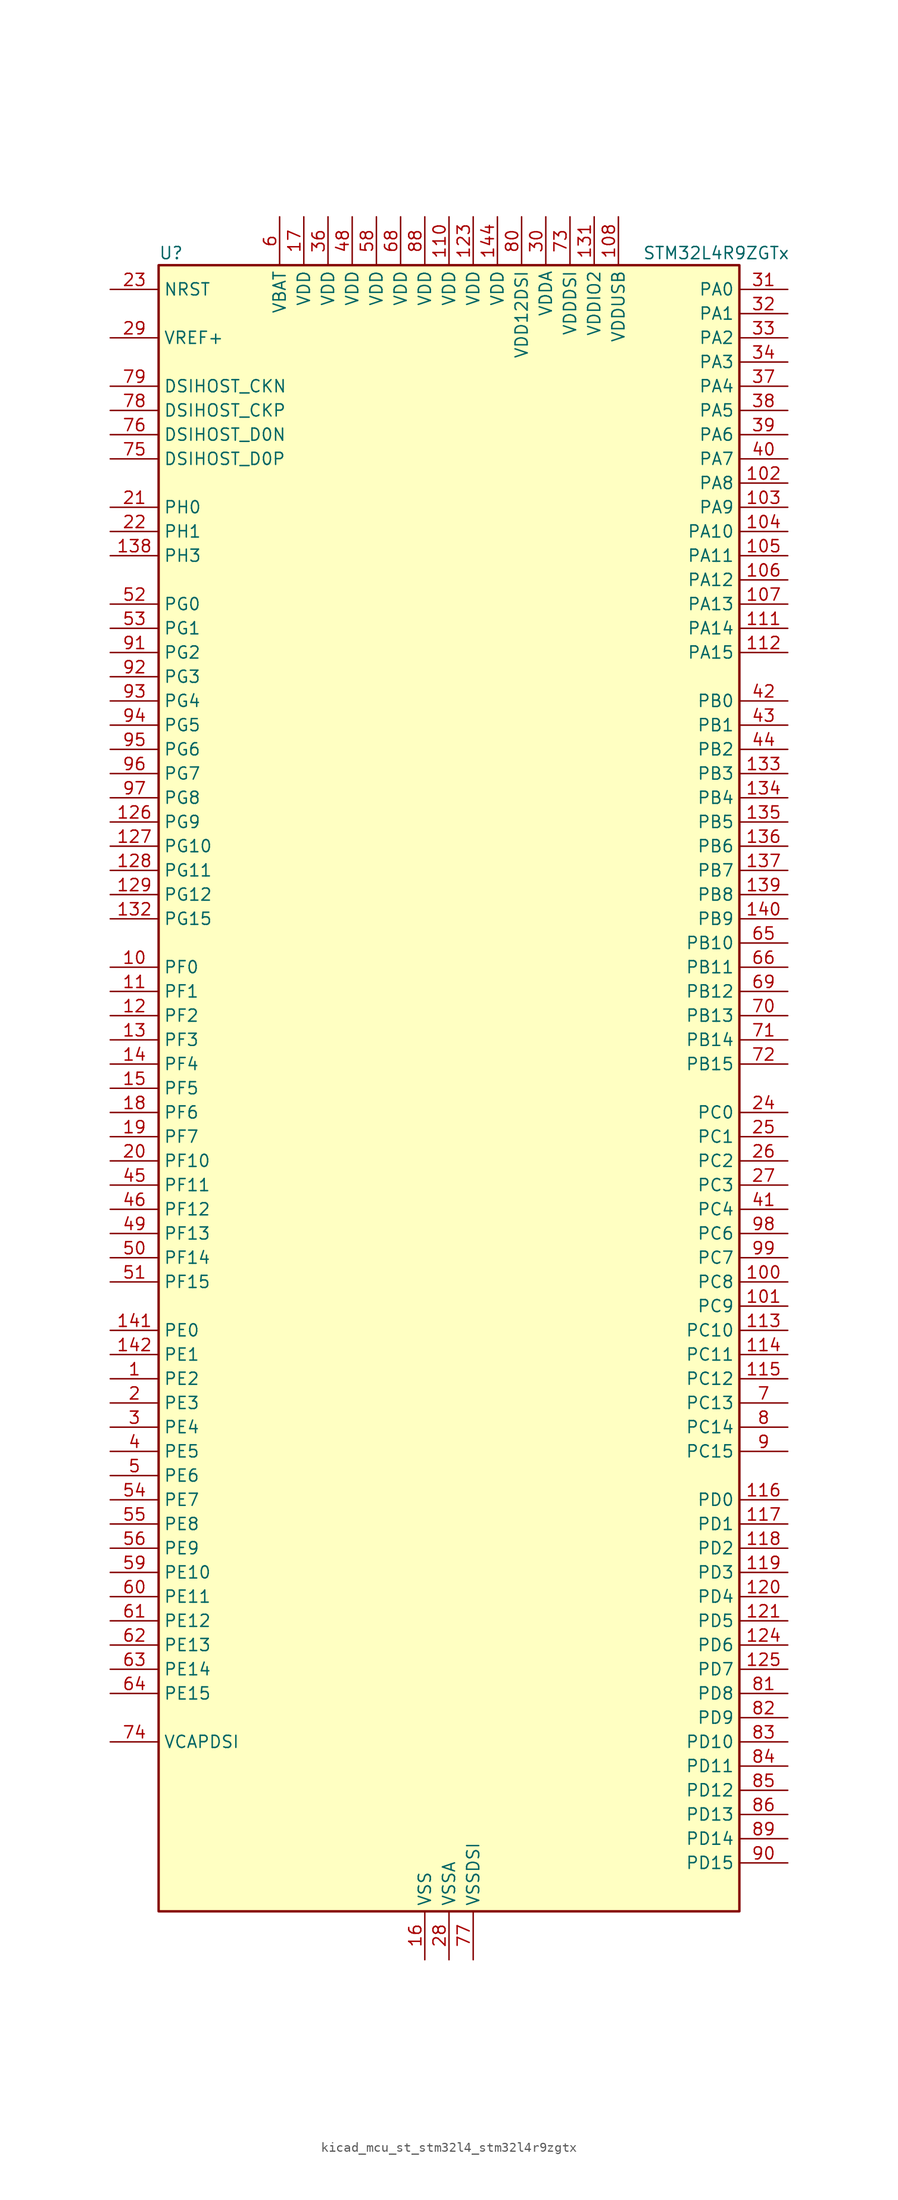
<source format=kicad_sym>
(kicad_symbol_lib
  (version 20220914)
  (generator kicad_symbol_editor)
  (symbol "kicad_mcu_st_stm32l4_stm32l4r9zgtx"
    (property "Reference" "U"
      (at -30.48 87.63 0)
      (effects (font (size 1.27 1.27)) (justify left)))
    (property "Value" "STM32L4R9ZGTx"
      (at 20.32 87.63 0)
      (effects (font (size 1.27 1.27)) (justify left)))
    (property "ki_locked" ""
      (at 0 0 0)
      (effects (font (size 1.27 1.27))))
    (symbol "kicad_mcu_st_stm32l4_stm32l4r9zgtx_0_1"
      (rectangle (start -30.48 -86.36) (end 30.48 86.36) (stroke (width 0.254) (type default)) (fill (type background))))
    (symbol "kicad_mcu_st_stm32l4_stm32l4r9zgtx_1_1"
      (pin bidirectional line (at -35.56 -30.48 0) (length 5.08) (name "PE2" (effects (font (size 1.27 1.27)))) (number "1" (effects (font (size 1.27 1.27)))) (alternate "FMC_A23" bidirectional line) (alternate "LTDC_R0" bidirectional line) (alternate "SAI1_CK1" bidirectional line) (alternate "SAI1_MCLK_A" bidirectional line) (alternate "SYS_TRACECLK" bidirectional line) (alternate "TIM3_ETR" bidirectional line) (alternate "TSC_G7_IO1" bidirectional line))
      (pin bidirectional line (at -35.56 12.7 0) (length 5.08) (name "PF0" (effects (font (size 1.27 1.27)))) (number "10" (effects (font (size 1.27 1.27)))) (alternate "FMC_A0" bidirectional line) (alternate "I2C2_SDA" bidirectional line) (alternate "OCTOSPIM_P2_IO0" bidirectional line))
      (pin bidirectional line (at 35.56 -20.32 180) (length 5.08) (name "PC8" (effects (font (size 1.27 1.27)))) (number "100" (effects (font (size 1.27 1.27)))) (alternate "DCMI_D2" bidirectional line) (alternate "SDMMC1_D0" bidirectional line) (alternate "TIM3_CH3" bidirectional line) (alternate "TIM8_CH3" bidirectional line) (alternate "TSC_G4_IO3" bidirectional line))
      (pin bidirectional line (at 35.56 -22.86 180) (length 5.08) (name "PC9" (effects (font (size 1.27 1.27)))) (number "101" (effects (font (size 1.27 1.27)))) (alternate "DAC1_EXTI9" bidirectional line) (alternate "DCMI_D3" bidirectional line) (alternate "I2C3_SDA" bidirectional line) (alternate "SAI2_EXTCLK" bidirectional line) (alternate "SDMMC1_D1" bidirectional line) (alternate "SYS_TRACED0" bidirectional line) (alternate "TIM3_CH4" bidirectional line) (alternate "TIM8_BKIN2" bidirectional line) (alternate "TIM8_CH4" bidirectional line) (alternate "TSC_G4_IO4" bidirectional line) (alternate "USB_OTG_FS_NOE" bidirectional line))
      (pin bidirectional line (at 35.56 63.5 180) (length 5.08) (name "PA8" (effects (font (size 1.27 1.27)))) (number "102" (effects (font (size 1.27 1.27)))) (alternate "LPTIM2_OUT" bidirectional line) (alternate "RCC_MCO" bidirectional line) (alternate "SAI1_CK2" bidirectional line) (alternate "SAI1_SCK_A" bidirectional line) (alternate "TIM1_CH1" bidirectional line) (alternate "USART1_CK" bidirectional line) (alternate "USB_OTG_FS_SOF" bidirectional line))
      (pin bidirectional line (at 35.56 60.96 180) (length 5.08) (name "PA9" (effects (font (size 1.27 1.27)))) (number "103" (effects (font (size 1.27 1.27)))) (alternate "DAC1_EXTI9" bidirectional line) (alternate "DCMI_D0" bidirectional line) (alternate "SAI1_FS_A" bidirectional line) (alternate "SPI2_SCK" bidirectional line) (alternate "TIM15_BKIN" bidirectional line) (alternate "TIM1_CH2" bidirectional line) (alternate "USART1_TX" bidirectional line) (alternate "USB_OTG_FS_VBUS" bidirectional line))
      (pin bidirectional line (at 35.56 58.42 180) (length 5.08) (name "PA10" (effects (font (size 1.27 1.27)))) (number "104" (effects (font (size 1.27 1.27)))) (alternate "DCMI_D1" bidirectional line) (alternate "SAI1_D1" bidirectional line) (alternate "SAI1_SD_A" bidirectional line) (alternate "TIM17_BKIN" bidirectional line) (alternate "TIM1_CH3" bidirectional line) (alternate "USART1_RX" bidirectional line) (alternate "USB_OTG_FS_ID" bidirectional line))
      (pin bidirectional line (at 35.56 55.88 180) (length 5.08) (name "PA11" (effects (font (size 1.27 1.27)))) (number "105" (effects (font (size 1.27 1.27)))) (alternate "ADC1_EXTI11" bidirectional line) (alternate "CAN1_RX" bidirectional line) (alternate "SPI1_MISO" bidirectional line) (alternate "TIM1_BKIN2" bidirectional line) (alternate "TIM1_CH4" bidirectional line) (alternate "USART1_CTS" bidirectional line) (alternate "USART1_NSS" bidirectional line) (alternate "USB_OTG_FS_DM" bidirectional line))
      (pin bidirectional line (at 35.56 53.34 180) (length 5.08) (name "PA12" (effects (font (size 1.27 1.27)))) (number "106" (effects (font (size 1.27 1.27)))) (alternate "CAN1_TX" bidirectional line) (alternate "SPI1_MOSI" bidirectional line) (alternate "TIM1_ETR" bidirectional line) (alternate "USART1_DE" bidirectional line) (alternate "USART1_RTS" bidirectional line) (alternate "USB_OTG_FS_DP" bidirectional line))
      (pin bidirectional line (at 35.56 50.8 180) (length 5.08) (name "PA13" (effects (font (size 1.27 1.27)))) (number "107" (effects (font (size 1.27 1.27)))) (alternate "IR_OUT" bidirectional line) (alternate "SAI1_SD_B" bidirectional line) (alternate "SYS_JTMS-SWDIO" bidirectional line) (alternate "USB_OTG_FS_NOE" bidirectional line))
      (pin power_in line (at 17.78 91.44 270) (length 5.08) (name "VDDUSB" (effects (font (size 1.27 1.27)))) (number "108" (effects (font (size 1.27 1.27)))))
      (pin passive line (at -2.54 -91.44 90) (length 5.08) hide (name "VSS" (effects (font (size 1.27 1.27)))) (number "109" (effects (font (size 1.27 1.27)))))
      (pin bidirectional line (at -35.56 10.16 0) (length 5.08) (name "PF1" (effects (font (size 1.27 1.27)))) (number "11" (effects (font (size 1.27 1.27)))) (alternate "FMC_A1" bidirectional line) (alternate "I2C2_SCL" bidirectional line) (alternate "OCTOSPIM_P2_IO1" bidirectional line))
      (pin power_in line (at 0 91.44 270) (length 5.08) (name "VDD" (effects (font (size 1.27 1.27)))) (number "110" (effects (font (size 1.27 1.27)))))
      (pin bidirectional line (at 35.56 48.26 180) (length 5.08) (name "PA14" (effects (font (size 1.27 1.27)))) (number "111" (effects (font (size 1.27 1.27)))) (alternate "I2C1_SMBA" bidirectional line) (alternate "I2C4_SMBA" bidirectional line) (alternate "LPTIM1_OUT" bidirectional line) (alternate "SAI1_FS_B" bidirectional line) (alternate "SYS_JTCK-SWCLK" bidirectional line) (alternate "USB_OTG_FS_SOF" bidirectional line))
      (pin bidirectional line (at 35.56 45.72 180) (length 5.08) (name "PA15" (effects (font (size 1.27 1.27)))) (number "112" (effects (font (size 1.27 1.27)))) (alternate "ADC1_EXTI15" bidirectional line) (alternate "SAI2_FS_B" bidirectional line) (alternate "SPI1_NSS" bidirectional line) (alternate "SPI3_NSS" bidirectional line) (alternate "SYS_JTDI" bidirectional line) (alternate "TIM2_CH1" bidirectional line) (alternate "TIM2_ETR" bidirectional line) (alternate "TSC_G3_IO1" bidirectional line) (alternate "UART4_DE" bidirectional line) (alternate "UART4_RTS" bidirectional line) (alternate "USART2_RX" bidirectional line) (alternate "USART3_DE" bidirectional line) (alternate "USART3_RTS" bidirectional line))
      (pin bidirectional line (at 35.56 -25.4 180) (length 5.08) (name "PC10" (effects (font (size 1.27 1.27)))) (number "113" (effects (font (size 1.27 1.27)))) (alternate "DCMI_D8" bidirectional line) (alternate "SAI2_SCK_B" bidirectional line) (alternate "SDMMC1_D2" bidirectional line) (alternate "SPI3_SCK" bidirectional line) (alternate "SYS_TRACED1" bidirectional line) (alternate "TSC_G3_IO2" bidirectional line) (alternate "UART4_TX" bidirectional line) (alternate "USART3_TX" bidirectional line))
      (pin bidirectional line (at 35.56 -27.94 180) (length 5.08) (name "PC11" (effects (font (size 1.27 1.27)))) (number "114" (effects (font (size 1.27 1.27)))) (alternate "ADC1_EXTI11" bidirectional line) (alternate "DCMI_D2" bidirectional line) (alternate "DCMI_D4" bidirectional line) (alternate "OCTOSPIM_P1_NCS" bidirectional line) (alternate "SAI2_MCLK_B" bidirectional line) (alternate "SDMMC1_D3" bidirectional line) (alternate "SPI3_MISO" bidirectional line) (alternate "TSC_G3_IO3" bidirectional line) (alternate "UART4_RX" bidirectional line) (alternate "USART3_RX" bidirectional line))
      (pin bidirectional line (at 35.56 -30.48 180) (length 5.08) (name "PC12" (effects (font (size 1.27 1.27)))) (number "115" (effects (font (size 1.27 1.27)))) (alternate "DCMI_D9" bidirectional line) (alternate "SAI2_SD_B" bidirectional line) (alternate "SDMMC1_CK" bidirectional line) (alternate "SPI3_MOSI" bidirectional line) (alternate "SYS_TRACED3" bidirectional line) (alternate "TSC_G3_IO4" bidirectional line) (alternate "UART5_TX" bidirectional line) (alternate "USART3_CK" bidirectional line))
      (pin bidirectional line (at 35.56 -43.18 180) (length 5.08) (name "PD0" (effects (font (size 1.27 1.27)))) (number "116" (effects (font (size 1.27 1.27)))) (alternate "CAN1_RX" bidirectional line) (alternate "DFSDM1_DATIN7" bidirectional line) (alternate "FMC_D2" bidirectional line) (alternate "FMC_DA2" bidirectional line) (alternate "LTDC_B4" bidirectional line) (alternate "SPI2_NSS" bidirectional line))
      (pin bidirectional line (at 35.56 -45.72 180) (length 5.08) (name "PD1" (effects (font (size 1.27 1.27)))) (number "117" (effects (font (size 1.27 1.27)))) (alternate "CAN1_TX" bidirectional line) (alternate "DFSDM1_CKIN7" bidirectional line) (alternate "FMC_D3" bidirectional line) (alternate "FMC_DA3" bidirectional line) (alternate "LTDC_B5" bidirectional line) (alternate "SPI2_SCK" bidirectional line))
      (pin bidirectional line (at 35.56 -48.26 180) (length 5.08) (name "PD2" (effects (font (size 1.27 1.27)))) (number "118" (effects (font (size 1.27 1.27)))) (alternate "DCMI_D11" bidirectional line) (alternate "SDMMC1_CMD" bidirectional line) (alternate "SYS_TRACED2" bidirectional line) (alternate "TIM3_ETR" bidirectional line) (alternate "TSC_SYNC" bidirectional line) (alternate "UART5_RX" bidirectional line) (alternate "USART3_DE" bidirectional line) (alternate "USART3_RTS" bidirectional line))
      (pin bidirectional line (at 35.56 -50.8 180) (length 5.08) (name "PD3" (effects (font (size 1.27 1.27)))) (number "119" (effects (font (size 1.27 1.27)))) (alternate "DCMI_D5" bidirectional line) (alternate "DFSDM1_DATIN0" bidirectional line) (alternate "FMC_CLK" bidirectional line) (alternate "LTDC_CLK" bidirectional line) (alternate "OCTOSPIM_P2_NCS" bidirectional line) (alternate "SPI2_MISO" bidirectional line) (alternate "SPI2_SCK" bidirectional line) (alternate "USART2_CTS" bidirectional line) (alternate "USART2_NSS" bidirectional line))
      (pin bidirectional line (at -35.56 7.62 0) (length 5.08) (name "PF2" (effects (font (size 1.27 1.27)))) (number "12" (effects (font (size 1.27 1.27)))) (alternate "FMC_A2" bidirectional line) (alternate "I2C2_SMBA" bidirectional line) (alternate "OCTOSPIM_P2_IO2" bidirectional line))
      (pin bidirectional line (at 35.56 -53.34 180) (length 5.08) (name "PD4" (effects (font (size 1.27 1.27)))) (number "120" (effects (font (size 1.27 1.27)))) (alternate "DFSDM1_CKIN0" bidirectional line) (alternate "FMC_NOE" bidirectional line) (alternate "OCTOSPIM_P1_IO4" bidirectional line) (alternate "SPI2_MOSI" bidirectional line) (alternate "USART2_DE" bidirectional line) (alternate "USART2_RTS" bidirectional line))
      (pin bidirectional line (at 35.56 -55.88 180) (length 5.08) (name "PD5" (effects (font (size 1.27 1.27)))) (number "121" (effects (font (size 1.27 1.27)))) (alternate "FMC_NWE" bidirectional line) (alternate "OCTOSPIM_P1_IO5" bidirectional line) (alternate "USART2_TX" bidirectional line))
      (pin passive line (at -2.54 -91.44 90) (length 5.08) hide (name "VSS" (effects (font (size 1.27 1.27)))) (number "122" (effects (font (size 1.27 1.27)))))
      (pin power_in line (at 2.54 91.44 270) (length 5.08) (name "VDD" (effects (font (size 1.27 1.27)))) (number "123" (effects (font (size 1.27 1.27)))))
      (pin bidirectional line (at 35.56 -58.42 180) (length 5.08) (name "PD6" (effects (font (size 1.27 1.27)))) (number "124" (effects (font (size 1.27 1.27)))) (alternate "DCMI_D10" bidirectional line) (alternate "DFSDM1_DATIN1" bidirectional line) (alternate "FMC_NWAIT" bidirectional line) (alternate "LTDC_DE" bidirectional line) (alternate "OCTOSPIM_P1_IO6" bidirectional line) (alternate "SAI1_D1" bidirectional line) (alternate "SAI1_SD_A" bidirectional line) (alternate "SPI3_MOSI" bidirectional line) (alternate "USART2_RX" bidirectional line))
      (pin bidirectional line (at 35.56 -60.96 180) (length 5.08) (name "PD7" (effects (font (size 1.27 1.27)))) (number "125" (effects (font (size 1.27 1.27)))) (alternate "DFSDM1_CKIN1" bidirectional line) (alternate "FMC_NCE" bidirectional line) (alternate "FMC_NE1" bidirectional line) (alternate "OCTOSPIM_P1_IO7" bidirectional line) (alternate "USART2_CK" bidirectional line))
      (pin bidirectional line (at -35.56 27.94 0) (length 5.08) (name "PG9" (effects (font (size 1.27 1.27)))) (number "126" (effects (font (size 1.27 1.27)))) (alternate "DAC1_EXTI9" bidirectional line) (alternate "FMC_NCE" bidirectional line) (alternate "FMC_NE2" bidirectional line) (alternate "OCTOSPIM_P2_IO6" bidirectional line) (alternate "SAI2_SCK_A" bidirectional line) (alternate "SPI3_SCK" bidirectional line) (alternate "TIM15_CH1N" bidirectional line) (alternate "USART1_TX" bidirectional line))
      (pin bidirectional line (at -35.56 25.4 0) (length 5.08) (name "PG10" (effects (font (size 1.27 1.27)))) (number "127" (effects (font (size 1.27 1.27)))) (alternate "FMC_NE3" bidirectional line) (alternate "LPTIM1_IN1" bidirectional line) (alternate "OCTOSPIM_P2_IO7" bidirectional line) (alternate "SAI2_FS_A" bidirectional line) (alternate "SPI3_MISO" bidirectional line) (alternate "TIM15_CH1" bidirectional line) (alternate "USART1_RX" bidirectional line))
      (pin bidirectional line (at -35.56 22.86 0) (length 5.08) (name "PG11" (effects (font (size 1.27 1.27)))) (number "128" (effects (font (size 1.27 1.27)))) (alternate "ADC1_EXTI11" bidirectional line) (alternate "LPTIM1_IN2" bidirectional line) (alternate "OCTOSPIM_P1_IO5" bidirectional line) (alternate "SAI2_MCLK_A" bidirectional line) (alternate "SPI3_MOSI" bidirectional line) (alternate "TIM15_CH2" bidirectional line) (alternate "USART1_CTS" bidirectional line) (alternate "USART1_NSS" bidirectional line))
      (pin bidirectional line (at -35.56 20.32 0) (length 5.08) (name "PG12" (effects (font (size 1.27 1.27)))) (number "129" (effects (font (size 1.27 1.27)))) (alternate "FMC_NE4" bidirectional line) (alternate "LPTIM1_ETR" bidirectional line) (alternate "OCTOSPIM_P2_NCS" bidirectional line) (alternate "SAI2_SD_A" bidirectional line) (alternate "SPI3_NSS" bidirectional line) (alternate "USART1_DE" bidirectional line) (alternate "USART1_RTS" bidirectional line))
      (pin bidirectional line (at -35.56 5.08 0) (length 5.08) (name "PF3" (effects (font (size 1.27 1.27)))) (number "13" (effects (font (size 1.27 1.27)))) (alternate "FMC_A3" bidirectional line) (alternate "OCTOSPIM_P2_IO3" bidirectional line))
      (pin passive line (at -2.54 -91.44 90) (length 5.08) hide (name "VSS" (effects (font (size 1.27 1.27)))) (number "130" (effects (font (size 1.27 1.27)))))
      (pin power_in line (at 15.24 91.44 270) (length 5.08) (name "VDDIO2" (effects (font (size 1.27 1.27)))) (number "131" (effects (font (size 1.27 1.27)))))
      (pin bidirectional line (at -35.56 17.78 0) (length 5.08) (name "PG15" (effects (font (size 1.27 1.27)))) (number "132" (effects (font (size 1.27 1.27)))) (alternate "ADC1_EXTI15" bidirectional line) (alternate "DCMI_D13" bidirectional line) (alternate "I2C1_SMBA" bidirectional line) (alternate "LPTIM1_OUT" bidirectional line) (alternate "OCTOSPIM_P2_DQS" bidirectional line))
      (pin bidirectional line (at 35.56 33.02 180) (length 5.08) (name "PB3" (effects (font (size 1.27 1.27)))) (number "133" (effects (font (size 1.27 1.27)))) (alternate "COMP2_INM" bidirectional line) (alternate "CRS_SYNC" bidirectional line) (alternate "SAI1_SCK_B" bidirectional line) (alternate "SPI1_SCK" bidirectional line) (alternate "SPI3_SCK" bidirectional line) (alternate "SYS_JTDO-SWO" bidirectional line) (alternate "TIM2_CH2" bidirectional line) (alternate "USART1_DE" bidirectional line) (alternate "USART1_RTS" bidirectional line))
      (pin bidirectional line (at 35.56 30.48 180) (length 5.08) (name "PB4" (effects (font (size 1.27 1.27)))) (number "134" (effects (font (size 1.27 1.27)))) (alternate "COMP2_INP" bidirectional line) (alternate "DCMI_D12" bidirectional line) (alternate "I2C3_SDA" bidirectional line) (alternate "SAI1_MCLK_B" bidirectional line) (alternate "SPI1_MISO" bidirectional line) (alternate "SPI3_MISO" bidirectional line) (alternate "SYS_JTRST" bidirectional line) (alternate "TIM17_BKIN" bidirectional line) (alternate "TIM3_CH1" bidirectional line) (alternate "TSC_G2_IO1" bidirectional line) (alternate "UART5_DE" bidirectional line) (alternate "UART5_RTS" bidirectional line) (alternate "USART1_CTS" bidirectional line) (alternate "USART1_NSS" bidirectional line))
      (pin bidirectional line (at 35.56 27.94 180) (length 5.08) (name "PB5" (effects (font (size 1.27 1.27)))) (number "135" (effects (font (size 1.27 1.27)))) (alternate "COMP2_OUT" bidirectional line) (alternate "DCMI_D10" bidirectional line) (alternate "I2C1_SMBA" bidirectional line) (alternate "LPTIM1_IN1" bidirectional line) (alternate "SAI1_SD_B" bidirectional line) (alternate "SPI1_MOSI" bidirectional line) (alternate "SPI3_MOSI" bidirectional line) (alternate "TIM16_BKIN" bidirectional line) (alternate "TIM3_CH2" bidirectional line) (alternate "TSC_G2_IO2" bidirectional line) (alternate "UART5_CTS" bidirectional line) (alternate "USART1_CK" bidirectional line))
      (pin bidirectional line (at 35.56 25.4 180) (length 5.08) (name "PB6" (effects (font (size 1.27 1.27)))) (number "136" (effects (font (size 1.27 1.27)))) (alternate "COMP2_INP" bidirectional line) (alternate "DCMI_D5" bidirectional line) (alternate "DFSDM1_DATIN5" bidirectional line) (alternate "I2C1_SCL" bidirectional line) (alternate "I2C4_SCL" bidirectional line) (alternate "LPTIM1_ETR" bidirectional line) (alternate "SAI1_FS_B" bidirectional line) (alternate "TIM16_CH1N" bidirectional line) (alternate "TIM4_CH1" bidirectional line) (alternate "TIM8_BKIN2" bidirectional line) (alternate "TSC_G2_IO3" bidirectional line) (alternate "USART1_TX" bidirectional line))
      (pin bidirectional line (at 35.56 22.86 180) (length 5.08) (name "PB7" (effects (font (size 1.27 1.27)))) (number "137" (effects (font (size 1.27 1.27)))) (alternate "COMP2_INM" bidirectional line) (alternate "DCMI_VSYNC" bidirectional line) (alternate "DFSDM1_CKIN5" bidirectional line) (alternate "DSIHOST_TE" bidirectional line) (alternate "FMC_NL" bidirectional line) (alternate "I2C1_SDA" bidirectional line) (alternate "I2C4_SDA" bidirectional line) (alternate "LPTIM1_IN2" bidirectional line) (alternate "SYS_PVD_IN" bidirectional line) (alternate "TIM17_CH1N" bidirectional line) (alternate "TIM4_CH2" bidirectional line) (alternate "TIM8_BKIN" bidirectional line) (alternate "TSC_G2_IO4" bidirectional line) (alternate "UART4_CTS" bidirectional line) (alternate "USART1_RX" bidirectional line))
      (pin bidirectional line (at -35.56 55.88 0) (length 5.08) (name "PH3" (effects (font (size 1.27 1.27)))) (number "138" (effects (font (size 1.27 1.27)))))
      (pin bidirectional line (at 35.56 20.32 180) (length 5.08) (name "PB8" (effects (font (size 1.27 1.27)))) (number "139" (effects (font (size 1.27 1.27)))) (alternate "CAN1_RX" bidirectional line) (alternate "DCMI_D6" bidirectional line) (alternate "DFSDM1_CKOUT" bidirectional line) (alternate "DFSDM1_DATIN6" bidirectional line) (alternate "I2C1_SCL" bidirectional line) (alternate "LTDC_B1" bidirectional line) (alternate "SAI1_CK1" bidirectional line) (alternate "SAI1_MCLK_A" bidirectional line) (alternate "SDMMC1_CKIN" bidirectional line) (alternate "SDMMC1_D4" bidirectional line) (alternate "TIM16_CH1" bidirectional line) (alternate "TIM4_CH3" bidirectional line))
      (pin bidirectional line (at -35.56 2.54 0) (length 5.08) (name "PF4" (effects (font (size 1.27 1.27)))) (number "14" (effects (font (size 1.27 1.27)))) (alternate "FMC_A4" bidirectional line) (alternate "OCTOSPIM_P2_CLK" bidirectional line))
      (pin bidirectional line (at 35.56 17.78 180) (length 5.08) (name "PB9" (effects (font (size 1.27 1.27)))) (number "140" (effects (font (size 1.27 1.27)))) (alternate "CAN1_TX" bidirectional line) (alternate "DAC1_EXTI9" bidirectional line) (alternate "DCMI_D7" bidirectional line) (alternate "DFSDM1_CKIN6" bidirectional line) (alternate "I2C1_SDA" bidirectional line) (alternate "IR_OUT" bidirectional line) (alternate "SAI1_D2" bidirectional line) (alternate "SAI1_FS_A" bidirectional line) (alternate "SDMMC1_CDIR" bidirectional line) (alternate "SDMMC1_D5" bidirectional line) (alternate "SPI2_NSS" bidirectional line) (alternate "TIM17_CH1" bidirectional line) (alternate "TIM4_CH4" bidirectional line))
      (pin bidirectional line (at -35.56 -25.4 0) (length 5.08) (name "PE0" (effects (font (size 1.27 1.27)))) (number "141" (effects (font (size 1.27 1.27)))) (alternate "DCMI_D2" bidirectional line) (alternate "FMC_NBL0" bidirectional line) (alternate "LTDC_HSYNC" bidirectional line) (alternate "TIM16_CH1" bidirectional line) (alternate "TIM4_ETR" bidirectional line))
      (pin bidirectional line (at -35.56 -27.94 0) (length 5.08) (name "PE1" (effects (font (size 1.27 1.27)))) (number "142" (effects (font (size 1.27 1.27)))) (alternate "DCMI_D3" bidirectional line) (alternate "FMC_NBL1" bidirectional line) (alternate "LTDC_VSYNC" bidirectional line) (alternate "TIM17_CH1" bidirectional line))
      (pin passive line (at -2.54 -91.44 90) (length 5.08) hide (name "VSS" (effects (font (size 1.27 1.27)))) (number "143" (effects (font (size 1.27 1.27)))))
      (pin power_in line (at 5.08 91.44 270) (length 5.08) (name "VDD" (effects (font (size 1.27 1.27)))) (number "144" (effects (font (size 1.27 1.27)))))
      (pin bidirectional line (at -35.56 0 0) (length 5.08) (name "PF5" (effects (font (size 1.27 1.27)))) (number "15" (effects (font (size 1.27 1.27)))) (alternate "FMC_A5" bidirectional line))
      (pin power_in line (at -2.54 -91.44 90) (length 5.08) (name "VSS" (effects (font (size 1.27 1.27)))) (number "16" (effects (font (size 1.27 1.27)))))
      (pin power_in line (at -15.24 91.44 270) (length 5.08) (name "VDD" (effects (font (size 1.27 1.27)))) (number "17" (effects (font (size 1.27 1.27)))))
      (pin bidirectional line (at -35.56 -2.54 0) (length 5.08) (name "PF6" (effects (font (size 1.27 1.27)))) (number "18" (effects (font (size 1.27 1.27)))) (alternate "OCTOSPIM_P1_IO3" bidirectional line) (alternate "SAI1_SD_B" bidirectional line) (alternate "TIM5_CH1" bidirectional line) (alternate "TIM5_ETR" bidirectional line))
      (pin bidirectional line (at -35.56 -5.08 0) (length 5.08) (name "PF7" (effects (font (size 1.27 1.27)))) (number "19" (effects (font (size 1.27 1.27)))) (alternate "OCTOSPIM_P1_IO2" bidirectional line) (alternate "SAI1_MCLK_B" bidirectional line) (alternate "TIM5_CH2" bidirectional line))
      (pin bidirectional line (at -35.56 -33.02 0) (length 5.08) (name "PE3" (effects (font (size 1.27 1.27)))) (number "2" (effects (font (size 1.27 1.27)))) (alternate "FMC_A19" bidirectional line) (alternate "LTDC_R1" bidirectional line) (alternate "OCTOSPIM_P1_DQS" bidirectional line) (alternate "SAI1_SD_B" bidirectional line) (alternate "SYS_TRACED0" bidirectional line) (alternate "TIM3_CH1" bidirectional line) (alternate "TSC_G7_IO2" bidirectional line))
      (pin bidirectional line (at -35.56 -7.62 0) (length 5.08) (name "PF10" (effects (font (size 1.27 1.27)))) (number "20" (effects (font (size 1.27 1.27)))) (alternate "DCMI_D11" bidirectional line) (alternate "DFSDM1_CKOUT" bidirectional line) (alternate "OCTOSPIM_P1_CLK" bidirectional line) (alternate "SAI1_D3" bidirectional line) (alternate "TIM15_CH2" bidirectional line))
      (pin bidirectional line (at -35.56 60.96 0) (length 5.08) (name "PH0" (effects (font (size 1.27 1.27)))) (number "21" (effects (font (size 1.27 1.27)))) (alternate "RCC_OSC_IN" bidirectional line))
      (pin bidirectional line (at -35.56 58.42 0) (length 5.08) (name "PH1" (effects (font (size 1.27 1.27)))) (number "22" (effects (font (size 1.27 1.27)))) (alternate "RCC_OSC_OUT" bidirectional line))
      (pin input line (at -35.56 83.82 0) (length 5.08) (name "NRST" (effects (font (size 1.27 1.27)))) (number "23" (effects (font (size 1.27 1.27)))))
      (pin bidirectional line (at 35.56 -2.54 180) (length 5.08) (name "PC0" (effects (font (size 1.27 1.27)))) (number "24" (effects (font (size 1.27 1.27)))) (alternate "ADC1_IN1" bidirectional line) (alternate "DFSDM1_DATIN4" bidirectional line) (alternate "I2C3_SCL" bidirectional line) (alternate "LPTIM1_IN1" bidirectional line) (alternate "LPTIM2_IN1" bidirectional line) (alternate "LPUART1_RX" bidirectional line) (alternate "SAI2_FS_A" bidirectional line))
      (pin bidirectional line (at 35.56 -5.08 180) (length 5.08) (name "PC1" (effects (font (size 1.27 1.27)))) (number "25" (effects (font (size 1.27 1.27)))) (alternate "ADC1_IN2" bidirectional line) (alternate "DFSDM1_CKIN4" bidirectional line) (alternate "I2C3_SDA" bidirectional line) (alternate "LPTIM1_OUT" bidirectional line) (alternate "LPUART1_TX" bidirectional line) (alternate "OCTOSPIM_P1_IO4" bidirectional line) (alternate "SAI1_SD_A" bidirectional line) (alternate "SPI2_MOSI" bidirectional line) (alternate "SYS_TRACED0" bidirectional line))
      (pin bidirectional line (at 35.56 -7.62 180) (length 5.08) (name "PC2" (effects (font (size 1.27 1.27)))) (number "26" (effects (font (size 1.27 1.27)))) (alternate "ADC1_IN3" bidirectional line) (alternate "DFSDM1_CKOUT" bidirectional line) (alternate "LPTIM1_IN2" bidirectional line) (alternate "OCTOSPIM_P1_IO5" bidirectional line) (alternate "SPI2_MISO" bidirectional line))
      (pin bidirectional line (at 35.56 -10.16 180) (length 5.08) (name "PC3" (effects (font (size 1.27 1.27)))) (number "27" (effects (font (size 1.27 1.27)))) (alternate "ADC1_IN4" bidirectional line) (alternate "LPTIM1_ETR" bidirectional line) (alternate "LPTIM2_ETR" bidirectional line) (alternate "OCTOSPIM_P1_IO6" bidirectional line) (alternate "SAI1_D1" bidirectional line) (alternate "SAI1_SD_A" bidirectional line) (alternate "SPI2_MOSI" bidirectional line))
      (pin power_in line (at 0 -91.44 90) (length 5.08) (name "VSSA" (effects (font (size 1.27 1.27)))) (number "28" (effects (font (size 1.27 1.27)))))
      (pin input line (at -35.56 78.74 0) (length 5.08) (name "VREF+" (effects (font (size 1.27 1.27)))) (number "29" (effects (font (size 1.27 1.27)))) (alternate "VREFBUF_OUT" bidirectional line))
      (pin bidirectional line (at -35.56 -35.56 0) (length 5.08) (name "PE4" (effects (font (size 1.27 1.27)))) (number "3" (effects (font (size 1.27 1.27)))) (alternate "DCMI_D4" bidirectional line) (alternate "DFSDM1_DATIN3" bidirectional line) (alternate "FMC_A20" bidirectional line) (alternate "LTDC_B0" bidirectional line) (alternate "SAI1_D2" bidirectional line) (alternate "SAI1_FS_A" bidirectional line) (alternate "SYS_TRACED1" bidirectional line) (alternate "TIM3_CH2" bidirectional line) (alternate "TSC_G7_IO3" bidirectional line))
      (pin power_in line (at 10.16 91.44 270) (length 5.08) (name "VDDA" (effects (font (size 1.27 1.27)))) (number "30" (effects (font (size 1.27 1.27)))))
      (pin bidirectional line (at 35.56 83.82 180) (length 5.08) (name "PA0" (effects (font (size 1.27 1.27)))) (number "31" (effects (font (size 1.27 1.27)))) (alternate "ADC1_IN5" bidirectional line) (alternate "OPAMP1_VINP" bidirectional line) (alternate "RTC_TAMP2" bidirectional line) (alternate "SAI1_EXTCLK" bidirectional line) (alternate "SYS_WKUP1" bidirectional line) (alternate "TIM2_CH1" bidirectional line) (alternate "TIM2_ETR" bidirectional line) (alternate "TIM5_CH1" bidirectional line) (alternate "TIM8_ETR" bidirectional line) (alternate "UART4_TX" bidirectional line) (alternate "USART2_CTS" bidirectional line) (alternate "USART2_NSS" bidirectional line))
      (pin bidirectional line (at 35.56 81.28 180) (length 5.08) (name "PA1" (effects (font (size 1.27 1.27)))) (number "32" (effects (font (size 1.27 1.27)))) (alternate "ADC1_IN6" bidirectional line) (alternate "I2C1_SMBA" bidirectional line) (alternate "OCTOSPIM_P1_DQS" bidirectional line) (alternate "OPAMP1_VINM" bidirectional line) (alternate "SPI1_SCK" bidirectional line) (alternate "TIM15_CH1N" bidirectional line) (alternate "TIM2_CH2" bidirectional line) (alternate "TIM5_CH2" bidirectional line) (alternate "UART4_RX" bidirectional line) (alternate "USART2_DE" bidirectional line) (alternate "USART2_RTS" bidirectional line))
      (pin bidirectional line (at 35.56 78.74 180) (length 5.08) (name "PA2" (effects (font (size 1.27 1.27)))) (number "33" (effects (font (size 1.27 1.27)))) (alternate "ADC1_IN7" bidirectional line) (alternate "LPUART1_TX" bidirectional line) (alternate "OCTOSPIM_P1_NCS" bidirectional line) (alternate "RCC_LSCO" bidirectional line) (alternate "SAI2_EXTCLK" bidirectional line) (alternate "SYS_WKUP4" bidirectional line) (alternate "TIM15_CH1" bidirectional line) (alternate "TIM2_CH3" bidirectional line) (alternate "TIM5_CH3" bidirectional line) (alternate "USART2_TX" bidirectional line))
      (pin bidirectional line (at 35.56 76.2 180) (length 5.08) (name "PA3" (effects (font (size 1.27 1.27)))) (number "34" (effects (font (size 1.27 1.27)))) (alternate "ADC1_IN8" bidirectional line) (alternate "LPUART1_RX" bidirectional line) (alternate "OCTOSPIM_P1_CLK" bidirectional line) (alternate "OPAMP1_VOUT" bidirectional line) (alternate "SAI1_CK1" bidirectional line) (alternate "SAI1_MCLK_A" bidirectional line) (alternate "TIM15_CH2" bidirectional line) (alternate "TIM2_CH4" bidirectional line) (alternate "TIM5_CH4" bidirectional line) (alternate "USART2_RX" bidirectional line))
      (pin passive line (at -2.54 -91.44 90) (length 5.08) hide (name "VSS" (effects (font (size 1.27 1.27)))) (number "35" (effects (font (size 1.27 1.27)))))
      (pin power_in line (at -12.7 91.44 270) (length 5.08) (name "VDD" (effects (font (size 1.27 1.27)))) (number "36" (effects (font (size 1.27 1.27)))))
      (pin bidirectional line (at 35.56 73.66 180) (length 5.08) (name "PA4" (effects (font (size 1.27 1.27)))) (number "37" (effects (font (size 1.27 1.27)))) (alternate "ADC1_IN9" bidirectional line) (alternate "DAC1_OUT1" bidirectional line) (alternate "DCMI_HSYNC" bidirectional line) (alternate "LPTIM2_OUT" bidirectional line) (alternate "OCTOSPIM_P1_NCS" bidirectional line) (alternate "SAI1_FS_B" bidirectional line) (alternate "SPI1_NSS" bidirectional line) (alternate "SPI3_NSS" bidirectional line) (alternate "USART2_CK" bidirectional line))
      (pin bidirectional line (at 35.56 71.12 180) (length 5.08) (name "PA5" (effects (font (size 1.27 1.27)))) (number "38" (effects (font (size 1.27 1.27)))) (alternate "ADC1_IN10" bidirectional line) (alternate "DAC1_OUT2" bidirectional line) (alternate "LPTIM2_ETR" bidirectional line) (alternate "SPI1_SCK" bidirectional line) (alternate "TIM2_CH1" bidirectional line) (alternate "TIM2_ETR" bidirectional line) (alternate "TIM8_CH1N" bidirectional line))
      (pin bidirectional line (at 35.56 68.58 180) (length 5.08) (name "PA6" (effects (font (size 1.27 1.27)))) (number "39" (effects (font (size 1.27 1.27)))) (alternate "ADC1_IN11" bidirectional line) (alternate "DCMI_PIXCLK" bidirectional line) (alternate "LPUART1_CTS" bidirectional line) (alternate "OCTOSPIM_P1_IO3" bidirectional line) (alternate "OPAMP2_VINP" bidirectional line) (alternate "SPI1_MISO" bidirectional line) (alternate "TIM16_CH1" bidirectional line) (alternate "TIM1_BKIN" bidirectional line) (alternate "TIM3_CH1" bidirectional line) (alternate "TIM8_BKIN" bidirectional line) (alternate "USART3_CTS" bidirectional line) (alternate "USART3_NSS" bidirectional line))
      (pin bidirectional line (at -35.56 -38.1 0) (length 5.08) (name "PE5" (effects (font (size 1.27 1.27)))) (number "4" (effects (font (size 1.27 1.27)))) (alternate "DCMI_D6" bidirectional line) (alternate "DFSDM1_CKIN3" bidirectional line) (alternate "FMC_A21" bidirectional line) (alternate "LTDC_G0" bidirectional line) (alternate "SAI1_CK2" bidirectional line) (alternate "SAI1_SCK_A" bidirectional line) (alternate "SYS_TRACED2" bidirectional line) (alternate "TIM3_CH3" bidirectional line) (alternate "TSC_G7_IO4" bidirectional line))
      (pin bidirectional line (at 35.56 66.04 180) (length 5.08) (name "PA7" (effects (font (size 1.27 1.27)))) (number "40" (effects (font (size 1.27 1.27)))) (alternate "ADC1_IN12" bidirectional line) (alternate "I2C3_SCL" bidirectional line) (alternate "OCTOSPIM_P1_IO2" bidirectional line) (alternate "OPAMP2_VINM" bidirectional line) (alternate "SPI1_MOSI" bidirectional line) (alternate "TIM17_CH1" bidirectional line) (alternate "TIM1_CH1N" bidirectional line) (alternate "TIM3_CH2" bidirectional line) (alternate "TIM8_CH1N" bidirectional line))
      (pin bidirectional line (at 35.56 -12.7 180) (length 5.08) (name "PC4" (effects (font (size 1.27 1.27)))) (number "41" (effects (font (size 1.27 1.27)))) (alternate "ADC1_IN13" bidirectional line) (alternate "COMP1_INM" bidirectional line) (alternate "OCTOSPIM_P1_IO7" bidirectional line) (alternate "USART3_TX" bidirectional line))
      (pin bidirectional line (at 35.56 40.64 180) (length 5.08) (name "PB0" (effects (font (size 1.27 1.27)))) (number "42" (effects (font (size 1.27 1.27)))) (alternate "ADC1_IN15" bidirectional line) (alternate "COMP1_OUT" bidirectional line) (alternate "OCTOSPIM_P1_IO1" bidirectional line) (alternate "OPAMP2_VOUT" bidirectional line) (alternate "SAI1_EXTCLK" bidirectional line) (alternate "SPI1_NSS" bidirectional line) (alternate "TIM1_CH2N" bidirectional line) (alternate "TIM3_CH3" bidirectional line) (alternate "TIM8_CH2N" bidirectional line) (alternate "USART3_CK" bidirectional line))
      (pin bidirectional line (at 35.56 38.1 180) (length 5.08) (name "PB1" (effects (font (size 1.27 1.27)))) (number "43" (effects (font (size 1.27 1.27)))) (alternate "ADC1_IN16" bidirectional line) (alternate "COMP1_INM" bidirectional line) (alternate "DFSDM1_DATIN0" bidirectional line) (alternate "LPTIM2_IN1" bidirectional line) (alternate "LPUART1_DE" bidirectional line) (alternate "LPUART1_RTS" bidirectional line) (alternate "OCTOSPIM_P1_IO0" bidirectional line) (alternate "TIM1_CH3N" bidirectional line) (alternate "TIM3_CH4" bidirectional line) (alternate "TIM8_CH3N" bidirectional line) (alternate "USART3_DE" bidirectional line) (alternate "USART3_RTS" bidirectional line))
      (pin bidirectional line (at 35.56 35.56 180) (length 5.08) (name "PB2" (effects (font (size 1.27 1.27)))) (number "44" (effects (font (size 1.27 1.27)))) (alternate "COMP1_INP" bidirectional line) (alternate "DFSDM1_CKIN0" bidirectional line) (alternate "I2C3_SMBA" bidirectional line) (alternate "LPTIM1_OUT" bidirectional line) (alternate "LTDC_B1" bidirectional line) (alternate "OCTOSPIM_P1_DQS" bidirectional line) (alternate "RTC_OUT_ALARM" bidirectional line) (alternate "RTC_OUT_CALIB" bidirectional line))
      (pin bidirectional line (at -35.56 -10.16 0) (length 5.08) (name "PF11" (effects (font (size 1.27 1.27)))) (number "45" (effects (font (size 1.27 1.27)))) (alternate "ADC1_EXTI11" bidirectional line) (alternate "DCMI_D12" bidirectional line) (alternate "DSIHOST_TE" bidirectional line) (alternate "LTDC_DE" bidirectional line))
      (pin bidirectional line (at -35.56 -12.7 0) (length 5.08) (name "PF12" (effects (font (size 1.27 1.27)))) (number "46" (effects (font (size 1.27 1.27)))) (alternate "FMC_A6" bidirectional line) (alternate "LTDC_B0" bidirectional line) (alternate "OCTOSPIM_P2_DQS" bidirectional line))
      (pin passive line (at -2.54 -91.44 90) (length 5.08) hide (name "VSS" (effects (font (size 1.27 1.27)))) (number "47" (effects (font (size 1.27 1.27)))))
      (pin power_in line (at -10.16 91.44 270) (length 5.08) (name "VDD" (effects (font (size 1.27 1.27)))) (number "48" (effects (font (size 1.27 1.27)))))
      (pin bidirectional line (at -35.56 -15.24 0) (length 5.08) (name "PF13" (effects (font (size 1.27 1.27)))) (number "49" (effects (font (size 1.27 1.27)))) (alternate "DFSDM1_DATIN6" bidirectional line) (alternate "FMC_A7" bidirectional line) (alternate "I2C4_SMBA" bidirectional line) (alternate "LTDC_B1" bidirectional line))
      (pin bidirectional line (at -35.56 -40.64 0) (length 5.08) (name "PE6" (effects (font (size 1.27 1.27)))) (number "5" (effects (font (size 1.27 1.27)))) (alternate "DCMI_D7" bidirectional line) (alternate "FMC_A22" bidirectional line) (alternate "LTDC_G1" bidirectional line) (alternate "RTC_TAMP3" bidirectional line) (alternate "SAI1_D1" bidirectional line) (alternate "SAI1_SD_A" bidirectional line) (alternate "SYS_TRACED3" bidirectional line) (alternate "SYS_WKUP3" bidirectional line) (alternate "TIM3_CH4" bidirectional line))
      (pin bidirectional line (at -35.56 -17.78 0) (length 5.08) (name "PF14" (effects (font (size 1.27 1.27)))) (number "50" (effects (font (size 1.27 1.27)))) (alternate "DFSDM1_CKIN6" bidirectional line) (alternate "FMC_A8" bidirectional line) (alternate "I2C4_SCL" bidirectional line) (alternate "LTDC_G0" bidirectional line) (alternate "TSC_G8_IO1" bidirectional line))
      (pin bidirectional line (at -35.56 -20.32 0) (length 5.08) (name "PF15" (effects (font (size 1.27 1.27)))) (number "51" (effects (font (size 1.27 1.27)))) (alternate "ADC1_EXTI15" bidirectional line) (alternate "FMC_A9" bidirectional line) (alternate "I2C4_SDA" bidirectional line) (alternate "LTDC_G1" bidirectional line) (alternate "TSC_G8_IO2" bidirectional line))
      (pin bidirectional line (at -35.56 50.8 0) (length 5.08) (name "PG0" (effects (font (size 1.27 1.27)))) (number "52" (effects (font (size 1.27 1.27)))) (alternate "FMC_A10" bidirectional line) (alternate "OCTOSPIM_P2_IO4" bidirectional line) (alternate "TSC_G8_IO3" bidirectional line))
      (pin bidirectional line (at -35.56 48.26 0) (length 5.08) (name "PG1" (effects (font (size 1.27 1.27)))) (number "53" (effects (font (size 1.27 1.27)))) (alternate "FMC_A11" bidirectional line) (alternate "OCTOSPIM_P2_IO5" bidirectional line) (alternate "TSC_G8_IO4" bidirectional line))
      (pin bidirectional line (at -35.56 -43.18 0) (length 5.08) (name "PE7" (effects (font (size 1.27 1.27)))) (number "54" (effects (font (size 1.27 1.27)))) (alternate "DFSDM1_DATIN2" bidirectional line) (alternate "FMC_D4" bidirectional line) (alternate "FMC_DA4" bidirectional line) (alternate "LTDC_B6" bidirectional line) (alternate "SAI1_SD_B" bidirectional line) (alternate "TIM1_ETR" bidirectional line))
      (pin bidirectional line (at -35.56 -45.72 0) (length 5.08) (name "PE8" (effects (font (size 1.27 1.27)))) (number "55" (effects (font (size 1.27 1.27)))) (alternate "DFSDM1_CKIN2" bidirectional line) (alternate "FMC_D5" bidirectional line) (alternate "FMC_DA5" bidirectional line) (alternate "LTDC_B7" bidirectional line) (alternate "SAI1_SCK_B" bidirectional line) (alternate "TIM1_CH1N" bidirectional line))
      (pin bidirectional line (at -35.56 -48.26 0) (length 5.08) (name "PE9" (effects (font (size 1.27 1.27)))) (number "56" (effects (font (size 1.27 1.27)))) (alternate "DAC1_EXTI9" bidirectional line) (alternate "DFSDM1_CKOUT" bidirectional line) (alternate "FMC_D6" bidirectional line) (alternate "FMC_DA6" bidirectional line) (alternate "LTDC_G2" bidirectional line) (alternate "SAI1_FS_B" bidirectional line) (alternate "TIM1_CH1" bidirectional line))
      (pin passive line (at -2.54 -91.44 90) (length 5.08) hide (name "VSS" (effects (font (size 1.27 1.27)))) (number "57" (effects (font (size 1.27 1.27)))))
      (pin power_in line (at -7.62 91.44 270) (length 5.08) (name "VDD" (effects (font (size 1.27 1.27)))) (number "58" (effects (font (size 1.27 1.27)))))
      (pin bidirectional line (at -35.56 -50.8 0) (length 5.08) (name "PE10" (effects (font (size 1.27 1.27)))) (number "59" (effects (font (size 1.27 1.27)))) (alternate "DFSDM1_DATIN4" bidirectional line) (alternate "FMC_D7" bidirectional line) (alternate "FMC_DA7" bidirectional line) (alternate "LTDC_G3" bidirectional line) (alternate "OCTOSPIM_P1_CLK" bidirectional line) (alternate "SAI1_MCLK_B" bidirectional line) (alternate "TIM1_CH2N" bidirectional line) (alternate "TSC_G5_IO1" bidirectional line))
      (pin power_in line (at -17.78 91.44 270) (length 5.08) (name "VBAT" (effects (font (size 1.27 1.27)))) (number "6" (effects (font (size 1.27 1.27)))))
      (pin bidirectional line (at -35.56 -53.34 0) (length 5.08) (name "PE11" (effects (font (size 1.27 1.27)))) (number "60" (effects (font (size 1.27 1.27)))) (alternate "ADC1_EXTI11" bidirectional line) (alternate "DFSDM1_CKIN4" bidirectional line) (alternate "FMC_D8" bidirectional line) (alternate "FMC_DA8" bidirectional line) (alternate "LTDC_G4" bidirectional line) (alternate "OCTOSPIM_P1_NCS" bidirectional line) (alternate "TIM1_CH2" bidirectional line) (alternate "TSC_G5_IO2" bidirectional line))
      (pin bidirectional line (at -35.56 -55.88 0) (length 5.08) (name "PE12" (effects (font (size 1.27 1.27)))) (number "61" (effects (font (size 1.27 1.27)))) (alternate "DFSDM1_DATIN5" bidirectional line) (alternate "FMC_D9" bidirectional line) (alternate "FMC_DA9" bidirectional line) (alternate "LTDC_G5" bidirectional line) (alternate "OCTOSPIM_P1_IO0" bidirectional line) (alternate "SPI1_NSS" bidirectional line) (alternate "TIM1_CH3N" bidirectional line) (alternate "TSC_G5_IO3" bidirectional line))
      (pin bidirectional line (at -35.56 -58.42 0) (length 5.08) (name "PE13" (effects (font (size 1.27 1.27)))) (number "62" (effects (font (size 1.27 1.27)))) (alternate "DFSDM1_CKIN5" bidirectional line) (alternate "FMC_D10" bidirectional line) (alternate "FMC_DA10" bidirectional line) (alternate "LTDC_G6" bidirectional line) (alternate "OCTOSPIM_P1_IO1" bidirectional line) (alternate "SPI1_SCK" bidirectional line) (alternate "TIM1_CH3" bidirectional line) (alternate "TSC_G5_IO4" bidirectional line))
      (pin bidirectional line (at -35.56 -60.96 0) (length 5.08) (name "PE14" (effects (font (size 1.27 1.27)))) (number "63" (effects (font (size 1.27 1.27)))) (alternate "FMC_D11" bidirectional line) (alternate "FMC_DA11" bidirectional line) (alternate "LTDC_G7" bidirectional line) (alternate "OCTOSPIM_P1_IO2" bidirectional line) (alternate "SPI1_MISO" bidirectional line) (alternate "TIM1_BKIN2" bidirectional line) (alternate "TIM1_CH4" bidirectional line))
      (pin bidirectional line (at -35.56 -63.5 0) (length 5.08) (name "PE15" (effects (font (size 1.27 1.27)))) (number "64" (effects (font (size 1.27 1.27)))) (alternate "ADC1_EXTI15" bidirectional line) (alternate "FMC_D12" bidirectional line) (alternate "FMC_DA12" bidirectional line) (alternate "LTDC_R2" bidirectional line) (alternate "OCTOSPIM_P1_IO3" bidirectional line) (alternate "SPI1_MOSI" bidirectional line) (alternate "TIM1_BKIN" bidirectional line))
      (pin bidirectional line (at 35.56 15.24 180) (length 5.08) (name "PB10" (effects (font (size 1.27 1.27)))) (number "65" (effects (font (size 1.27 1.27)))) (alternate "COMP1_OUT" bidirectional line) (alternate "DFSDM1_DATIN7" bidirectional line) (alternate "I2C2_SCL" bidirectional line) (alternate "I2C4_SCL" bidirectional line) (alternate "LPUART1_RX" bidirectional line) (alternate "OCTOSPIM_P1_CLK" bidirectional line) (alternate "SAI1_SCK_A" bidirectional line) (alternate "SPI2_SCK" bidirectional line) (alternate "TIM2_CH3" bidirectional line) (alternate "TSC_SYNC" bidirectional line) (alternate "USART3_TX" bidirectional line))
      (pin bidirectional line (at 35.56 12.7 180) (length 5.08) (name "PB11" (effects (font (size 1.27 1.27)))) (number "66" (effects (font (size 1.27 1.27)))) (alternate "ADC1_EXTI11" bidirectional line) (alternate "COMP2_OUT" bidirectional line) (alternate "DFSDM1_CKIN7" bidirectional line) (alternate "DSIHOST_TE" bidirectional line) (alternate "I2C2_SDA" bidirectional line) (alternate "I2C4_SDA" bidirectional line) (alternate "LPUART1_TX" bidirectional line) (alternate "OCTOSPIM_P1_NCS" bidirectional line) (alternate "TIM2_CH4" bidirectional line) (alternate "USART3_RX" bidirectional line))
      (pin passive line (at -2.54 -91.44 90) (length 5.08) hide (name "VSS" (effects (font (size 1.27 1.27)))) (number "67" (effects (font (size 1.27 1.27)))))
      (pin power_in line (at -5.08 91.44 270) (length 5.08) (name "VDD" (effects (font (size 1.27 1.27)))) (number "68" (effects (font (size 1.27 1.27)))))
      (pin bidirectional line (at 35.56 10.16 180) (length 5.08) (name "PB12" (effects (font (size 1.27 1.27)))) (number "69" (effects (font (size 1.27 1.27)))) (alternate "DFSDM1_DATIN1" bidirectional line) (alternate "I2C2_SMBA" bidirectional line) (alternate "LPUART1_DE" bidirectional line) (alternate "LPUART1_RTS" bidirectional line) (alternate "SAI2_FS_A" bidirectional line) (alternate "SPI2_NSS" bidirectional line) (alternate "TIM15_BKIN" bidirectional line) (alternate "TIM1_BKIN" bidirectional line) (alternate "TSC_G1_IO1" bidirectional line) (alternate "USART3_CK" bidirectional line))
      (pin bidirectional line (at 35.56 -33.02 180) (length 5.08) (name "PC13" (effects (font (size 1.27 1.27)))) (number "7" (effects (font (size 1.27 1.27)))) (alternate "RTC_OUT_ALARM" bidirectional line) (alternate "RTC_OUT_CALIB" bidirectional line) (alternate "RTC_TAMP1" bidirectional line) (alternate "RTC_TS" bidirectional line) (alternate "SYS_WKUP2" bidirectional line))
      (pin bidirectional line (at 35.56 7.62 180) (length 5.08) (name "PB13" (effects (font (size 1.27 1.27)))) (number "70" (effects (font (size 1.27 1.27)))) (alternate "DFSDM1_CKIN1" bidirectional line) (alternate "I2C2_SCL" bidirectional line) (alternate "LPUART1_CTS" bidirectional line) (alternate "SAI2_SCK_A" bidirectional line) (alternate "SPI2_SCK" bidirectional line) (alternate "TIM15_CH1N" bidirectional line) (alternate "TIM1_CH1N" bidirectional line) (alternate "TSC_G1_IO2" bidirectional line) (alternate "USART3_CTS" bidirectional line) (alternate "USART3_NSS" bidirectional line))
      (pin bidirectional line (at 35.56 5.08 180) (length 5.08) (name "PB14" (effects (font (size 1.27 1.27)))) (number "71" (effects (font (size 1.27 1.27)))) (alternate "DFSDM1_DATIN2" bidirectional line) (alternate "I2C2_SDA" bidirectional line) (alternate "SAI2_MCLK_A" bidirectional line) (alternate "SPI2_MISO" bidirectional line) (alternate "TIM15_CH1" bidirectional line) (alternate "TIM1_CH2N" bidirectional line) (alternate "TIM8_CH2N" bidirectional line) (alternate "TSC_G1_IO3" bidirectional line) (alternate "USART3_DE" bidirectional line) (alternate "USART3_RTS" bidirectional line))
      (pin bidirectional line (at 35.56 2.54 180) (length 5.08) (name "PB15" (effects (font (size 1.27 1.27)))) (number "72" (effects (font (size 1.27 1.27)))) (alternate "ADC1_EXTI15" bidirectional line) (alternate "DFSDM1_CKIN2" bidirectional line) (alternate "RTC_REFIN" bidirectional line) (alternate "SAI2_SD_A" bidirectional line) (alternate "SPI2_MOSI" bidirectional line) (alternate "TIM15_CH2" bidirectional line) (alternate "TIM1_CH3N" bidirectional line) (alternate "TIM8_CH3N" bidirectional line) (alternate "TSC_G1_IO4" bidirectional line))
      (pin power_in line (at 12.7 91.44 270) (length 5.08) (name "VDDDSI" (effects (font (size 1.27 1.27)))) (number "73" (effects (font (size 1.27 1.27)))))
      (pin power_out line (at -35.56 -68.58 0) (length 5.08) (name "VCAPDSI" (effects (font (size 1.27 1.27)))) (number "74" (effects (font (size 1.27 1.27)))))
      (pin bidirectional line (at -35.56 66.04 0) (length 5.08) (name "DSIHOST_D0P" (effects (font (size 1.27 1.27)))) (number "75" (effects (font (size 1.27 1.27)))) (alternate "DSIHOST_D0P" bidirectional line))
      (pin bidirectional line (at -35.56 68.58 0) (length 5.08) (name "DSIHOST_D0N" (effects (font (size 1.27 1.27)))) (number "76" (effects (font (size 1.27 1.27)))) (alternate "DSIHOST_D0N" bidirectional line))
      (pin power_in line (at 2.54 -91.44 90) (length 5.08) (name "VSSDSI" (effects (font (size 1.27 1.27)))) (number "77" (effects (font (size 1.27 1.27)))))
      (pin bidirectional line (at -35.56 71.12 0) (length 5.08) (name "DSIHOST_CKP" (effects (font (size 1.27 1.27)))) (number "78" (effects (font (size 1.27 1.27)))) (alternate "DSIHOST_CKP" bidirectional line))
      (pin bidirectional line (at -35.56 73.66 0) (length 5.08) (name "DSIHOST_CKN" (effects (font (size 1.27 1.27)))) (number "79" (effects (font (size 1.27 1.27)))) (alternate "DSIHOST_CKN" bidirectional line))
      (pin bidirectional line (at 35.56 -35.56 180) (length 5.08) (name "PC14" (effects (font (size 1.27 1.27)))) (number "8" (effects (font (size 1.27 1.27)))) (alternate "RCC_OSC32_IN" bidirectional line))
      (pin power_in line (at 7.62 91.44 270) (length 5.08) (name "VDD12DSI" (effects (font (size 1.27 1.27)))) (number "80" (effects (font (size 1.27 1.27)))))
      (pin bidirectional line (at 35.56 -63.5 180) (length 5.08) (name "PD8" (effects (font (size 1.27 1.27)))) (number "81" (effects (font (size 1.27 1.27)))) (alternate "DCMI_HSYNC" bidirectional line) (alternate "FMC_D13" bidirectional line) (alternate "FMC_DA13" bidirectional line) (alternate "LTDC_R3" bidirectional line) (alternate "USART3_TX" bidirectional line))
      (pin bidirectional line (at 35.56 -66.04 180) (length 5.08) (name "PD9" (effects (font (size 1.27 1.27)))) (number "82" (effects (font (size 1.27 1.27)))) (alternate "DAC1_EXTI9" bidirectional line) (alternate "DCMI_PIXCLK" bidirectional line) (alternate "FMC_D14" bidirectional line) (alternate "FMC_DA14" bidirectional line) (alternate "LTDC_R4" bidirectional line) (alternate "SAI2_MCLK_A" bidirectional line) (alternate "USART3_RX" bidirectional line))
      (pin bidirectional line (at 35.56 -68.58 180) (length 5.08) (name "PD10" (effects (font (size 1.27 1.27)))) (number "83" (effects (font (size 1.27 1.27)))) (alternate "FMC_D15" bidirectional line) (alternate "FMC_DA15" bidirectional line) (alternate "LTDC_R5" bidirectional line) (alternate "SAI2_SCK_A" bidirectional line) (alternate "TSC_G6_IO1" bidirectional line) (alternate "USART3_CK" bidirectional line))
      (pin bidirectional line (at 35.56 -71.12 180) (length 5.08) (name "PD11" (effects (font (size 1.27 1.27)))) (number "84" (effects (font (size 1.27 1.27)))) (alternate "ADC1_EXTI11" bidirectional line) (alternate "FMC_A16" bidirectional line) (alternate "FMC_CLE" bidirectional line) (alternate "I2C4_SMBA" bidirectional line) (alternate "LPTIM2_ETR" bidirectional line) (alternate "LTDC_R6" bidirectional line) (alternate "SAI2_SD_A" bidirectional line) (alternate "TSC_G6_IO2" bidirectional line) (alternate "USART3_CTS" bidirectional line) (alternate "USART3_NSS" bidirectional line))
      (pin bidirectional line (at 35.56 -73.66 180) (length 5.08) (name "PD12" (effects (font (size 1.27 1.27)))) (number "85" (effects (font (size 1.27 1.27)))) (alternate "FMC_A17" bidirectional line) (alternate "FMC_ALE" bidirectional line) (alternate "I2C4_SCL" bidirectional line) (alternate "LPTIM2_IN1" bidirectional line) (alternate "LTDC_R7" bidirectional line) (alternate "SAI2_FS_A" bidirectional line) (alternate "TIM4_CH1" bidirectional line) (alternate "TSC_G6_IO3" bidirectional line) (alternate "USART3_DE" bidirectional line) (alternate "USART3_RTS" bidirectional line))
      (pin bidirectional line (at 35.56 -76.2 180) (length 5.08) (name "PD13" (effects (font (size 1.27 1.27)))) (number "86" (effects (font (size 1.27 1.27)))) (alternate "FMC_A18" bidirectional line) (alternate "I2C4_SDA" bidirectional line) (alternate "LPTIM2_OUT" bidirectional line) (alternate "TIM4_CH2" bidirectional line) (alternate "TSC_G6_IO4" bidirectional line))
      (pin passive line (at -2.54 -91.44 90) (length 5.08) hide (name "VSS" (effects (font (size 1.27 1.27)))) (number "87" (effects (font (size 1.27 1.27)))))
      (pin power_in line (at -2.54 91.44 270) (length 5.08) (name "VDD" (effects (font (size 1.27 1.27)))) (number "88" (effects (font (size 1.27 1.27)))))
      (pin bidirectional line (at 35.56 -78.74 180) (length 5.08) (name "PD14" (effects (font (size 1.27 1.27)))) (number "89" (effects (font (size 1.27 1.27)))) (alternate "FMC_D0" bidirectional line) (alternate "FMC_DA0" bidirectional line) (alternate "LTDC_B2" bidirectional line) (alternate "TIM4_CH3" bidirectional line))
      (pin bidirectional line (at 35.56 -38.1 180) (length 5.08) (name "PC15" (effects (font (size 1.27 1.27)))) (number "9" (effects (font (size 1.27 1.27)))) (alternate "ADC1_EXTI15" bidirectional line) (alternate "RCC_OSC32_OUT" bidirectional line))
      (pin bidirectional line (at 35.56 -81.28 180) (length 5.08) (name "PD15" (effects (font (size 1.27 1.27)))) (number "90" (effects (font (size 1.27 1.27)))) (alternate "ADC1_EXTI15" bidirectional line) (alternate "FMC_D1" bidirectional line) (alternate "FMC_DA1" bidirectional line) (alternate "LTDC_B3" bidirectional line) (alternate "TIM4_CH4" bidirectional line))
      (pin bidirectional line (at -35.56 45.72 0) (length 5.08) (name "PG2" (effects (font (size 1.27 1.27)))) (number "91" (effects (font (size 1.27 1.27)))) (alternate "FMC_A12" bidirectional line) (alternate "SAI2_SCK_B" bidirectional line) (alternate "SPI1_SCK" bidirectional line))
      (pin bidirectional line (at -35.56 43.18 0) (length 5.08) (name "PG3" (effects (font (size 1.27 1.27)))) (number "92" (effects (font (size 1.27 1.27)))) (alternate "FMC_A13" bidirectional line) (alternate "SAI2_FS_B" bidirectional line) (alternate "SPI1_MISO" bidirectional line))
      (pin bidirectional line (at -35.56 40.64 0) (length 5.08) (name "PG4" (effects (font (size 1.27 1.27)))) (number "93" (effects (font (size 1.27 1.27)))) (alternate "FMC_A14" bidirectional line) (alternate "SAI2_MCLK_B" bidirectional line) (alternate "SPI1_MOSI" bidirectional line))
      (pin bidirectional line (at -35.56 38.1 0) (length 5.08) (name "PG5" (effects (font (size 1.27 1.27)))) (number "94" (effects (font (size 1.27 1.27)))) (alternate "FMC_A15" bidirectional line) (alternate "LPUART1_CTS" bidirectional line) (alternate "SAI2_SD_B" bidirectional line) (alternate "SPI1_NSS" bidirectional line))
      (pin bidirectional line (at -35.56 35.56 0) (length 5.08) (name "PG6" (effects (font (size 1.27 1.27)))) (number "95" (effects (font (size 1.27 1.27)))) (alternate "DSIHOST_TE" bidirectional line) (alternate "I2C3_SMBA" bidirectional line) (alternate "LPUART1_DE" bidirectional line) (alternate "LPUART1_RTS" bidirectional line) (alternate "LTDC_R1" bidirectional line) (alternate "OCTOSPIM_P1_DQS" bidirectional line))
      (pin bidirectional line (at -35.56 33.02 0) (length 5.08) (name "PG7" (effects (font (size 1.27 1.27)))) (number "96" (effects (font (size 1.27 1.27)))) (alternate "DFSDM1_CKOUT" bidirectional line) (alternate "FMC_INT" bidirectional line) (alternate "I2C3_SCL" bidirectional line) (alternate "LPUART1_TX" bidirectional line) (alternate "OCTOSPIM_P2_DQS" bidirectional line) (alternate "SAI1_CK1" bidirectional line) (alternate "SAI1_MCLK_A" bidirectional line))
      (pin bidirectional line (at -35.56 30.48 0) (length 5.08) (name "PG8" (effects (font (size 1.27 1.27)))) (number "97" (effects (font (size 1.27 1.27)))) (alternate "I2C3_SDA" bidirectional line) (alternate "LPUART1_RX" bidirectional line))
      (pin bidirectional line (at 35.56 -15.24 180) (length 5.08) (name "PC6" (effects (font (size 1.27 1.27)))) (number "98" (effects (font (size 1.27 1.27)))) (alternate "DCMI_D0" bidirectional line) (alternate "DFSDM1_CKIN3" bidirectional line) (alternate "LTDC_R0" bidirectional line) (alternate "SAI2_MCLK_A" bidirectional line) (alternate "SDMMC1_D0DIR" bidirectional line) (alternate "SDMMC1_D6" bidirectional line) (alternate "TIM3_CH1" bidirectional line) (alternate "TIM8_CH1" bidirectional line) (alternate "TSC_G4_IO1" bidirectional line))
      (pin bidirectional line (at 35.56 -17.78 180) (length 5.08) (name "PC7" (effects (font (size 1.27 1.27)))) (number "99" (effects (font (size 1.27 1.27)))) (alternate "DCMI_D1" bidirectional line) (alternate "DFSDM1_DATIN3" bidirectional line) (alternate "LTDC_R1" bidirectional line) (alternate "SAI2_MCLK_B" bidirectional line) (alternate "SDMMC1_D123DIR" bidirectional line) (alternate "SDMMC1_D7" bidirectional line) (alternate "TIM3_CH2" bidirectional line) (alternate "TIM8_CH2" bidirectional line) (alternate "TSC_G4_IO2" bidirectional line)))))
</source>
